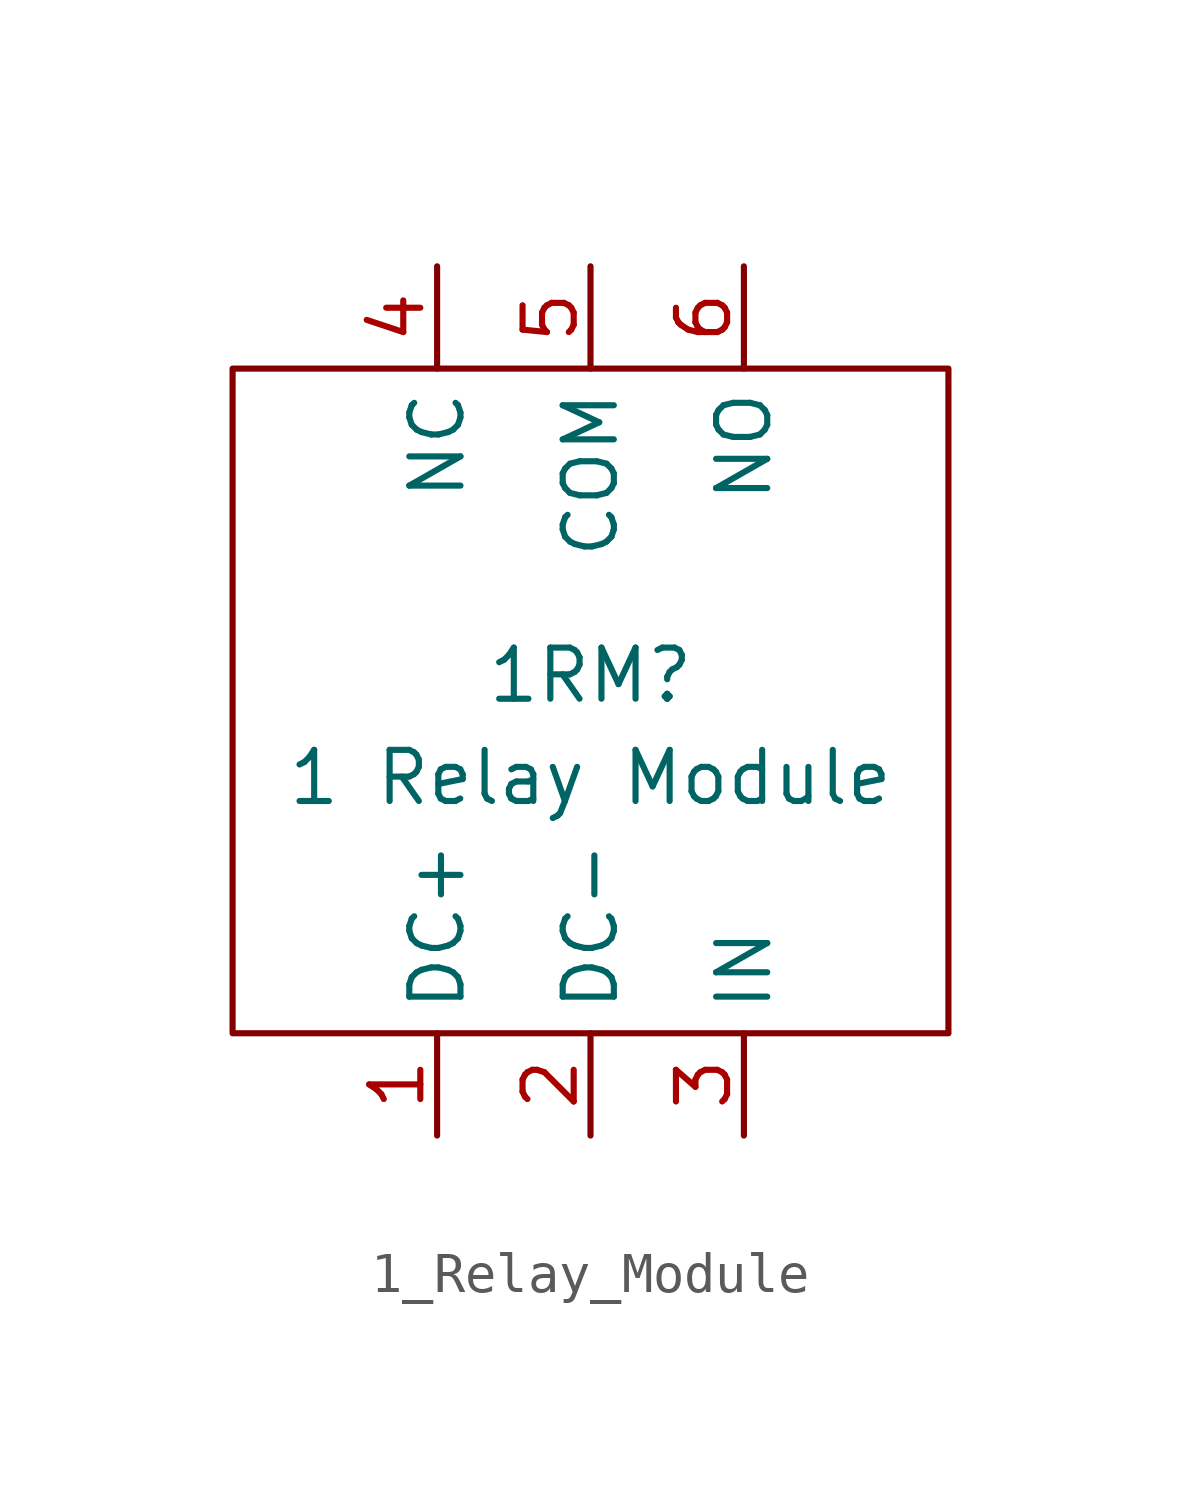
<source format=kicad_sym>
(kicad_symbol_lib
  (version 20220914)
  (generator kicad_symbol_editor)
  (symbol "1_Relay_Module"
    (property "Reference" "1RM"
      (at 0 0 0)
      (effects (font (size 1.27 1.27))))
    (property "Value" "1 Relay Module"
      (at 0 -2.54 0)
      (effects (font (size 1.27 1.27))))
    (symbol "1_Relay_Module_0_1"
      (rectangle (start -8.89 7.62) (end 8.89 -8.89) (stroke (width 0) (type default)) (fill (type none))))
    (symbol "1_Relay_Module_1_1"
      (pin power_in line (at -3.81 -11.43 90) (length 2.54) (name "DC+" (effects (font (size 1.27 1.27)))) (number "1" (effects (font (size 1.27 1.27)))))
      (pin power_in line (at 0 -11.43 90) (length 2.54) (name "DC-" (effects (font (size 1.27 1.27)))) (number "2" (effects (font (size 1.27 1.27)))))
      (pin input line (at 3.81 -11.43 90) (length 2.54) (name "IN" (effects (font (size 1.27 1.27)))) (number "3" (effects (font (size 1.27 1.27)))))
      (pin passive line (at -3.81 10.16 270) (length 2.54) (name "NC" (effects (font (size 1.27 1.27)))) (number "4" (effects (font (size 1.27 1.27)))))
      (pin passive line (at 0 10.16 270) (length 2.54) (name "COM" (effects (font (size 1.27 1.27)))) (number "5" (effects (font (size 1.27 1.27)))))
      (pin passive line (at 3.81 10.16 270) (length 2.54) (name "NO" (effects (font (size 1.27 1.27)))) (number "6" (effects (font (size 1.27 1.27))))))))
</source>
